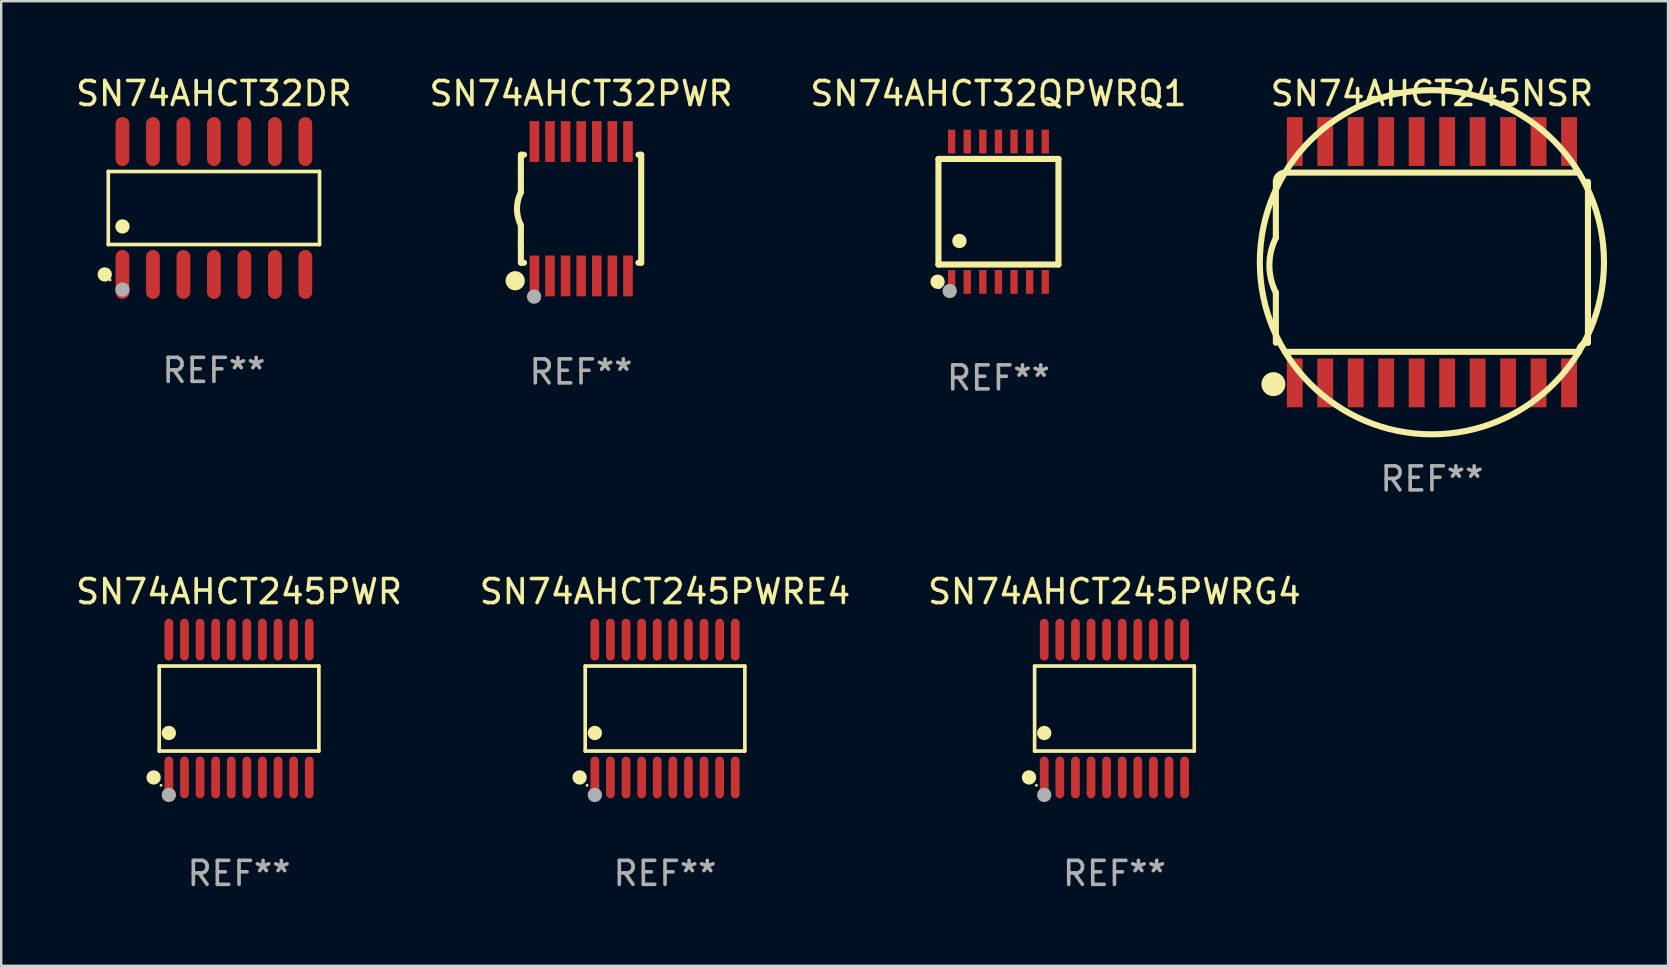
<source format=kicad_pcb>
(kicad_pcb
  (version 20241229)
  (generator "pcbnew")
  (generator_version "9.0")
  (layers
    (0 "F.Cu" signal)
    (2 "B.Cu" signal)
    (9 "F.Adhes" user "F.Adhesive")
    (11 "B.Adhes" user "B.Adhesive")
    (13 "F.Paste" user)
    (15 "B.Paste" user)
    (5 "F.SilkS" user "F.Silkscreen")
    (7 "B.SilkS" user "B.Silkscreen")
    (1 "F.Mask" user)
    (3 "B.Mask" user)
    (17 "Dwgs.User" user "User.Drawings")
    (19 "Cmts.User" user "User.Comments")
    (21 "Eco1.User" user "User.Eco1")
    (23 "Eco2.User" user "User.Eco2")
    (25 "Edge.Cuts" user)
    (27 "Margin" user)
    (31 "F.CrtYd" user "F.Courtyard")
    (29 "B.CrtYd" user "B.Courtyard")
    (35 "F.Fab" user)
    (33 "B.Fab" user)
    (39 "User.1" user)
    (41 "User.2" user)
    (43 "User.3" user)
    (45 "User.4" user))
  (footprint "SN74AHCT245PWR"
    (layer "F.Cu")
    (at 6.911 26.474)
    (property "Reference" "SN74AHCT245PWR" (at 0 -4.871 0) (layer "F.SilkS") (effects (font (size 1 1) (thickness 0.15))))
    (attr through_hole)
    (fp_line (start -3.326 -1.771) (end 3.326 -1.771) (stroke (width 0.152) (type solid)) (layer "F.SilkS"))
    (fp_line (start -3.326 1.771) (end -3.326 -1.771) (stroke (width 0.152) (type solid)) (layer "F.SilkS"))
    (fp_line (start 3.326 -1.771) (end 3.326 1.771) (stroke (width 0.152) (type solid)) (layer "F.SilkS"))
    (fp_line (start 3.326 1.771) (end -3.326 1.771) (stroke (width 0.152) (type solid)) (layer "F.SilkS"))
    (fp_circle (center -3.559 2.871) (end -3.409 2.871) (stroke (width 0.3) (type solid)) (fill no) (layer "F.SilkS"))
    (fp_circle (center -3.25 3.2) (end -3.22 3.2) (stroke (width 0.06) (type solid)) (fill no) (layer "F.SilkS"))
    (fp_circle (center -2.925 1.019) (end -2.775 1.019) (stroke (width 0.3) (type solid)) (fill no) (layer "F.SilkS"))
    (fp_circle (center -2.925 3.6) (end -2.775 3.6) (stroke (width 0.3) (type solid)) (fill no) (layer "F.Fab"))
    (fp_text user "REF**" (at 0 6.871 0) (layer "F.Fab") (effects (font (size 1 1) (thickness 0.15))))
    (pad "1" smd oval (at -2.925 2.871) (size 0.364 1.742) (layers "F.Cu" "F.Mask" "F.Paste"))
    (pad "2" smd oval (at -2.275 2.871) (size 0.364 1.742) (layers "F.Cu" "F.Mask" "F.Paste"))
    (pad "3" smd oval (at -1.625 2.871) (size 0.364 1.742) (layers "F.Cu" "F.Mask" "F.Paste"))
    (pad "4" smd oval (at -0.975 2.871) (size 0.364 1.742) (layers "F.Cu" "F.Mask" "F.Paste"))
    (pad "5" smd oval (at -0.325 2.871) (size 0.364 1.742) (layers "F.Cu" "F.Mask" "F.Paste"))
    (pad "6" smd oval (at 0.325 2.871) (size 0.364 1.742) (layers "F.Cu" "F.Mask" "F.Paste"))
    (pad "7" smd oval (at 0.975 2.871) (size 0.364 1.742) (layers "F.Cu" "F.Mask" "F.Paste"))
    (pad "8" smd oval (at 1.625 2.871) (size 0.364 1.742) (layers "F.Cu" "F.Mask" "F.Paste"))
    (pad "9" smd oval (at 2.275 2.871) (size 0.364 1.742) (layers "F.Cu" "F.Mask" "F.Paste"))
    (pad "10" smd oval (at 2.925 2.871) (size 0.364 1.742) (layers "F.Cu" "F.Mask" "F.Paste"))
    (pad "11" smd oval (at 2.925 -2.871) (size 0.364 1.742) (layers "F.Cu" "F.Mask" "F.Paste"))
    (pad "12" smd oval (at 2.275 -2.871) (size 0.364 1.742) (layers "F.Cu" "F.Mask" "F.Paste"))
    (pad "13" smd oval (at 1.625 -2.871) (size 0.364 1.742) (layers "F.Cu" "F.Mask" "F.Paste"))
    (pad "14" smd oval (at 0.975 -2.871) (size 0.364 1.742) (layers "F.Cu" "F.Mask" "F.Paste"))
    (pad "15" smd oval (at 0.325 -2.871) (size 0.364 1.742) (layers "F.Cu" "F.Mask" "F.Paste"))
    (pad "16" smd oval (at -0.325 -2.871) (size 0.364 1.742) (layers "F.Cu" "F.Mask" "F.Paste"))
    (pad "17" smd oval (at -0.975 -2.871) (size 0.364 1.742) (layers "F.Cu" "F.Mask" "F.Paste"))
    (pad "18" smd oval (at -1.625 -2.871) (size 0.364 1.742) (layers "F.Cu" "F.Mask" "F.Paste"))
    (pad "19" smd oval (at -2.275 -2.871) (size 0.364 1.742) (layers "F.Cu" "F.Mask" "F.Paste"))
    (pad "20" smd oval (at -2.925 -2.871) (size 0.364 1.742) (layers "F.Cu" "F.Mask" "F.Paste")))
  (footprint "SN74AHCT32PWR"
    (layer "F.Cu")
    (at 21.161 5.648)
    (property "Reference" "SN74AHCT32PWR" (at 0 -4.8 0) (layer "F.SilkS") (effects (font (size 1 1) (thickness 0.15))))
    (attr through_hole)
    (fp_line (start -2.507 -1.6) (end -2.507 -2.25) (stroke (width 0.254) (type solid)) (layer "F.SilkS"))
    (fp_line (start -2.507 -0.686) (end -2.507 -1.6) (stroke (width 0.254) (type solid)) (layer "F.SilkS"))
    (fp_line (start -2.507 1.6) (end -2.507 0.686) (stroke (width 0.254) (type solid)) (layer "F.SilkS"))
    (fp_line (start -2.507 1.6) (end -2.507 2.25) (stroke (width 0.254) (type solid)) (layer "F.SilkS"))
    (fp_line (start -2.493 -2.25) (end -2.377 -2.25) (stroke (width 0.254) (type solid)) (layer "F.SilkS"))
    (fp_line (start -2.377 2.25) (end -2.493 2.25) (stroke (width 0.254) (type solid)) (layer "F.SilkS"))
    (fp_line (start 2.392 -2.25) (end 2.507 -2.25) (stroke (width 0.254) (type solid)) (layer "F.SilkS"))
    (fp_line (start 2.507 -2.25) (end 2.507 2.25) (stroke (width 0.254) (type solid)) (layer "F.SilkS"))
    (fp_line (start 2.507 2.25) (end 2.392 2.25) (stroke (width 0.254) (type solid)) (layer "F.SilkS"))
    (fp_arc (start -2.507303 0.685802) (mid -2.669199 0) (end -2.507303 -0.685801) (stroke (width 0.254001) (type solid)) (layer "F.SilkS"))
    (fp_circle (center -2.743 3) (end -2.543 3) (stroke (width 0.4) (type solid)) (fill no) (layer "F.SilkS"))
    (fp_circle (center -2.493 3.2) (end -2.463 3.2) (stroke (width 0.06) (type solid)) (fill no) (layer "F.SilkS"))
    (fp_circle (center -1.957 3.662) (end -1.807 3.662) (stroke (width 0.3) (type solid)) (fill no) (layer "F.Fab"))
    (fp_text user "REF**" (at 0 6.8 0) (layer "F.Fab") (effects (font (size 1 1) (thickness 0.15))))
    (pad "1" smd rect (at -1.943 2.8) (size 0.4 1.7) (layers "F.Cu" "F.Mask" "F.Paste"))
    (pad "2" smd rect (at -1.293 2.8) (size 0.4 1.7) (layers "F.Cu" "F.Mask" "F.Paste"))
    (pad "3" smd rect (at -0.643 2.8) (size 0.4 1.7) (layers "F.Cu" "F.Mask" "F.Paste"))
    (pad "4" smd rect (at 0.007 2.8) (size 0.4 1.7) (layers "F.Cu" "F.Mask" "F.Paste"))
    (pad "5" smd rect (at 0.657 2.8) (size 0.4 1.7) (layers "F.Cu" "F.Mask" "F.Paste"))
    (pad "6" smd rect (at 1.307 2.8) (size 0.4 1.7) (layers "F.Cu" "F.Mask" "F.Paste"))
    (pad "7" smd rect (at 1.957 2.8) (size 0.4 1.7) (layers "F.Cu" "F.Mask" "F.Paste"))
    (pad "8" smd rect (at 1.957 -2.8) (size 0.4 1.7) (layers "F.Cu" "F.Mask" "F.Paste"))
    (pad "9" smd rect (at 1.307 -2.8) (size 0.4 1.7) (layers "F.Cu" "F.Mask" "F.Paste"))
    (pad "10" smd rect (at 0.657 -2.8) (size 0.4 1.7) (layers "F.Cu" "F.Mask" "F.Paste"))
    (pad "11" smd rect (at 0.007 -2.8) (size 0.4 1.7) (layers "F.Cu" "F.Mask" "F.Paste"))
    (pad "12" smd rect (at -0.643 -2.8) (size 0.4 1.7) (layers "F.Cu" "F.Mask" "F.Paste"))
    (pad "13" smd rect (at -1.293 -2.8) (size 0.4 1.7) (layers "F.Cu" "F.Mask" "F.Paste"))
    (pad "14" smd rect (at -1.943 -2.8) (size 0.4 1.7) (layers "F.Cu" "F.Mask" "F.Paste")))
  (footprint "SN74AHCT32DR"
    (layer "F.Cu")
    (at 5.863 5.617)
    (property "Reference" "SN74AHCT32DR" (at 0 -4.769 0) (layer "F.SilkS") (effects (font (size 1 1) (thickness 0.15))))
    (attr through_hole)
    (fp_line (start -4.401 -1.521) (end 4.401 -1.521) (stroke (width 0.152) (type solid)) (layer "F.SilkS"))
    (fp_line (start -4.401 1.521) (end -4.401 -1.521) (stroke (width 0.152) (type solid)) (layer "F.SilkS"))
    (fp_line (start 4.401 -1.521) (end 4.401 1.521) (stroke (width 0.152) (type solid)) (layer "F.SilkS"))
    (fp_line (start 4.401 1.521) (end -4.401 1.521) (stroke (width 0.152) (type solid)) (layer "F.SilkS"))
    (fp_circle (center -4.549 2.769) (end -4.399 2.769) (stroke (width 0.3) (type solid)) (fill no) (layer "F.SilkS"))
    (fp_circle (center -4.325 3) (end -4.295 3) (stroke (width 0.06) (type solid)) (fill no) (layer "F.SilkS"))
    (fp_circle (center -3.81 0.769) (end -3.66 0.769) (stroke (width 0.3) (type solid)) (fill no) (layer "F.SilkS"))
    (fp_circle (center -3.81 3.4) (end -3.66 3.4) (stroke (width 0.3) (type solid)) (fill no) (layer "F.Fab"))
    (fp_text user "REF**" (at 0 6.769 0) (layer "F.Fab") (effects (font (size 1 1) (thickness 0.15))))
    (pad "1" smd oval (at -3.81 2.769) (size 0.574 2.038) (layers "F.Cu" "F.Mask" "F.Paste"))
    (pad "2" smd oval (at -2.54 2.769) (size 0.574 2.038) (layers "F.Cu" "F.Mask" "F.Paste"))
    (pad "3" smd oval (at -1.27 2.769) (size 0.574 2.038) (layers "F.Cu" "F.Mask" "F.Paste"))
    (pad "4" smd oval (at 0 2.769) (size 0.574 2.038) (layers "F.Cu" "F.Mask" "F.Paste"))
    (pad "5" smd oval (at 1.27 2.769) (size 0.574 2.038) (layers "F.Cu" "F.Mask" "F.Paste"))
    (pad "6" smd oval (at 2.54 2.769) (size 0.574 2.038) (layers "F.Cu" "F.Mask" "F.Paste"))
    (pad "7" smd oval (at 3.81 2.769) (size 0.574 2.038) (layers "F.Cu" "F.Mask" "F.Paste"))
    (pad "8" smd oval (at 3.81 -2.769) (size 0.574 2.038) (layers "F.Cu" "F.Mask" "F.Paste"))
    (pad "9" smd oval (at 2.54 -2.769) (size 0.574 2.038) (layers "F.Cu" "F.Mask" "F.Paste"))
    (pad "10" smd oval (at 1.27 -2.769) (size 0.574 2.038) (layers "F.Cu" "F.Mask" "F.Paste"))
    (pad "11" smd oval (at 0 -2.769) (size 0.574 2.038) (layers "F.Cu" "F.Mask" "F.Paste"))
    (pad "12" smd oval (at -1.27 -2.769) (size 0.574 2.038) (layers "F.Cu" "F.Mask" "F.Paste"))
    (pad "13" smd oval (at -2.54 -2.769) (size 0.574 2.038) (layers "F.Cu" "F.Mask" "F.Paste"))
    (pad "14" smd oval (at -3.81 -2.769) (size 0.574 2.038) (layers "F.Cu" "F.Mask" "F.Paste")))
  (footprint "SN74AHCT32QPWRQ1"
    (layer "F.Cu")
    (at 38.554 5.773)
    (property "Reference" "SN74AHCT32QPWRQ1" (at 0 -4.925 0) (layer "F.SilkS") (effects (font (size 1 1) (thickness 0.15))))
    (attr through_hole)
    (fp_line (start -2.5 2.2) (end -2.5 -2.2) (stroke (width 0.254) (type solid)) (layer "F.SilkS"))
    (fp_line (start -2.5 2.2) (end 2.5 2.2) (stroke (width 0.254) (type solid)) (layer "F.SilkS"))
    (fp_line (start 2.5 -2.2) (end -2.5 -2.2) (stroke (width 0.254) (type solid)) (layer "F.SilkS"))
    (fp_line (start 2.5 -2.2) (end 2.5 2.2) (stroke (width 0.254) (type solid)) (layer "F.SilkS"))
    (fp_circle (center -2.536 2.917) (end -2.386 2.917) (stroke (width 0.3) (type solid)) (fill no) (layer "F.SilkS"))
    (fp_circle (center -2.47 3.17) (end -2.44 3.17) (stroke (width 0.06) (type solid)) (fill no) (layer "F.SilkS"))
    (fp_circle (center -1.626 1.219) (end -1.475 1.219) (stroke (width 0.3) (type solid)) (fill no) (layer "F.SilkS"))
    (fp_circle (center -2.032 3.302) (end -1.882 3.302) (stroke (width 0.3) (type solid)) (fill no) (layer "F.Fab"))
    (fp_text user "REF**" (at 0 6.925 0) (layer "F.Fab") (effects (font (size 1 1) (thickness 0.15))))
    (pad "1" smd rect (at -1.95 2.925) (size 0.305 0.991) (layers "F.Cu" "F.Mask" "F.Paste"))
    (pad "2" smd rect (at -1.3 2.925) (size 0.305 0.991) (layers "F.Cu" "F.Mask" "F.Paste"))
    (pad "3" smd rect (at -0.65 2.925) (size 0.305 0.991) (layers "F.Cu" "F.Mask" "F.Paste"))
    (pad "4" smd rect (at 0 2.925) (size 0.305 0.991) (layers "F.Cu" "F.Mask" "F.Paste"))
    (pad "5" smd rect (at 0.65 2.925) (size 0.305 0.991) (layers "F.Cu" "F.Mask" "F.Paste"))
    (pad "6" smd rect (at 1.3 2.925) (size 0.305 0.991) (layers "F.Cu" "F.Mask" "F.Paste"))
    (pad "7" smd rect (at 1.95 2.925) (size 0.305 0.991) (layers "F.Cu" "F.Mask" "F.Paste"))
    (pad "8" smd rect (at 1.95 -2.925) (size 0.305 0.991) (layers "F.Cu" "F.Mask" "F.Paste"))
    (pad "9" smd rect (at 1.3 -2.925) (size 0.305 0.991) (layers "F.Cu" "F.Mask" "F.Paste"))
    (pad "10" smd rect (at 0.65 -2.925) (size 0.305 0.991) (layers "F.Cu" "F.Mask" "F.Paste"))
    (pad "11" smd rect (at 0 -2.925) (size 0.305 0.991) (layers "F.Cu" "F.Mask" "F.Paste"))
    (pad "12" smd rect (at -0.65 -2.925) (size 0.305 0.991) (layers "F.Cu" "F.Mask" "F.Paste"))
    (pad "13" smd rect (at -1.3 -2.925) (size 0.305 0.991) (layers "F.Cu" "F.Mask" "F.Paste"))
    (pad "14" smd rect (at -1.95 -2.925) (size 0.305 0.991) (layers "F.Cu" "F.Mask" "F.Paste")))
  (footprint "SN74AHCT245PWRE4"
    (layer "F.Cu")
    (at 24.661 26.474)
    (property "Reference" "SN74AHCT245PWRE4" (at 0 -4.871 0) (layer "F.SilkS") (effects (font (size 1 1) (thickness 0.15))))
    (attr through_hole)
    (fp_line (start -3.326 -1.771) (end 3.326 -1.771) (stroke (width 0.152) (type solid)) (layer "F.SilkS"))
    (fp_line (start -3.326 1.771) (end -3.326 -1.771) (stroke (width 0.152) (type solid)) (layer "F.SilkS"))
    (fp_line (start 3.326 -1.771) (end 3.326 1.771) (stroke (width 0.152) (type solid)) (layer "F.SilkS"))
    (fp_line (start 3.326 1.771) (end -3.326 1.771) (stroke (width 0.152) (type solid)) (layer "F.SilkS"))
    (fp_circle (center -3.559 2.871) (end -3.409 2.871) (stroke (width 0.3) (type solid)) (fill no) (layer "F.SilkS"))
    (fp_circle (center -3.25 3.2) (end -3.22 3.2) (stroke (width 0.06) (type solid)) (fill no) (layer "F.SilkS"))
    (fp_circle (center -2.925 1.019) (end -2.775 1.019) (stroke (width 0.3) (type solid)) (fill no) (layer "F.SilkS"))
    (fp_circle (center -2.925 3.6) (end -2.775 3.6) (stroke (width 0.3) (type solid)) (fill no) (layer "F.Fab"))
    (fp_text user "REF**" (at 0 6.871 0) (layer "F.Fab") (effects (font (size 1 1) (thickness 0.15))))
    (pad "1" smd oval (at -2.925 2.871) (size 0.364 1.742) (layers "F.Cu" "F.Mask" "F.Paste"))
    (pad "2" smd oval (at -2.275 2.871) (size 0.364 1.742) (layers "F.Cu" "F.Mask" "F.Paste"))
    (pad "3" smd oval (at -1.625 2.871) (size 0.364 1.742) (layers "F.Cu" "F.Mask" "F.Paste"))
    (pad "4" smd oval (at -0.975 2.871) (size 0.364 1.742) (layers "F.Cu" "F.Mask" "F.Paste"))
    (pad "5" smd oval (at -0.325 2.871) (size 0.364 1.742) (layers "F.Cu" "F.Mask" "F.Paste"))
    (pad "6" smd oval (at 0.325 2.871) (size 0.364 1.742) (layers "F.Cu" "F.Mask" "F.Paste"))
    (pad "7" smd oval (at 0.975 2.871) (size 0.364 1.742) (layers "F.Cu" "F.Mask" "F.Paste"))
    (pad "8" smd oval (at 1.625 2.871) (size 0.364 1.742) (layers "F.Cu" "F.Mask" "F.Paste"))
    (pad "9" smd oval (at 2.275 2.871) (size 0.364 1.742) (layers "F.Cu" "F.Mask" "F.Paste"))
    (pad "10" smd oval (at 2.925 2.871) (size 0.364 1.742) (layers "F.Cu" "F.Mask" "F.Paste"))
    (pad "11" smd oval (at 2.925 -2.871) (size 0.364 1.742) (layers "F.Cu" "F.Mask" "F.Paste"))
    (pad "12" smd oval (at 2.275 -2.871) (size 0.364 1.742) (layers "F.Cu" "F.Mask" "F.Paste"))
    (pad "13" smd oval (at 1.625 -2.871) (size 0.364 1.742) (layers "F.Cu" "F.Mask" "F.Paste"))
    (pad "14" smd oval (at 0.975 -2.871) (size 0.364 1.742) (layers "F.Cu" "F.Mask" "F.Paste"))
    (pad "15" smd oval (at 0.325 -2.871) (size 0.364 1.742) (layers "F.Cu" "F.Mask" "F.Paste"))
    (pad "16" smd oval (at -0.325 -2.871) (size 0.364 1.742) (layers "F.Cu" "F.Mask" "F.Paste"))
    (pad "17" smd oval (at -0.975 -2.871) (size 0.364 1.742) (layers "F.Cu" "F.Mask" "F.Paste"))
    (pad "18" smd oval (at -1.625 -2.871) (size 0.364 1.742) (layers "F.Cu" "F.Mask" "F.Paste"))
    (pad "19" smd oval (at -2.275 -2.871) (size 0.364 1.742) (layers "F.Cu" "F.Mask" "F.Paste"))
    (pad "20" smd oval (at -2.925 -2.871) (size 0.364 1.742) (layers "F.Cu" "F.Mask" "F.Paste")))
  (footprint "SN74AHCT245PWRG4"
    (layer "F.Cu")
    (at 43.387 26.474)
    (property "Reference" "SN74AHCT245PWRG4" (at 0 -4.871 0) (layer "F.SilkS") (effects (font (size 1 1) (thickness 0.15))))
    (attr through_hole)
    (fp_line (start -3.326 -1.771) (end 3.326 -1.771) (stroke (width 0.152) (type solid)) (layer "F.SilkS"))
    (fp_line (start -3.326 1.771) (end -3.326 -1.771) (stroke (width 0.152) (type solid)) (layer "F.SilkS"))
    (fp_line (start 3.326 -1.771) (end 3.326 1.771) (stroke (width 0.152) (type solid)) (layer "F.SilkS"))
    (fp_line (start 3.326 1.771) (end -3.326 1.771) (stroke (width 0.152) (type solid)) (layer "F.SilkS"))
    (fp_circle (center -3.559 2.871) (end -3.409 2.871) (stroke (width 0.3) (type solid)) (fill no) (layer "F.SilkS"))
    (fp_circle (center -3.25 3.2) (end -3.22 3.2) (stroke (width 0.06) (type solid)) (fill no) (layer "F.SilkS"))
    (fp_circle (center -2.925 1.019) (end -2.775 1.019) (stroke (width 0.3) (type solid)) (fill no) (layer "F.SilkS"))
    (fp_circle (center -2.925 3.6) (end -2.775 3.6) (stroke (width 0.3) (type solid)) (fill no) (layer "F.Fab"))
    (fp_text user "REF**" (at 0 6.871 0) (layer "F.Fab") (effects (font (size 1 1) (thickness 0.15))))
    (pad "1" smd oval (at -2.925 2.871) (size 0.364 1.742) (layers "F.Cu" "F.Mask" "F.Paste"))
    (pad "2" smd oval (at -2.275 2.871) (size 0.364 1.742) (layers "F.Cu" "F.Mask" "F.Paste"))
    (pad "3" smd oval (at -1.625 2.871) (size 0.364 1.742) (layers "F.Cu" "F.Mask" "F.Paste"))
    (pad "4" smd oval (at -0.975 2.871) (size 0.364 1.742) (layers "F.Cu" "F.Mask" "F.Paste"))
    (pad "5" smd oval (at -0.325 2.871) (size 0.364 1.742) (layers "F.Cu" "F.Mask" "F.Paste"))
    (pad "6" smd oval (at 0.325 2.871) (size 0.364 1.742) (layers "F.Cu" "F.Mask" "F.Paste"))
    (pad "7" smd oval (at 0.975 2.871) (size 0.364 1.742) (layers "F.Cu" "F.Mask" "F.Paste"))
    (pad "8" smd oval (at 1.625 2.871) (size 0.364 1.742) (layers "F.Cu" "F.Mask" "F.Paste"))
    (pad "9" smd oval (at 2.275 2.871) (size 0.364 1.742) (layers "F.Cu" "F.Mask" "F.Paste"))
    (pad "10" smd oval (at 2.925 2.871) (size 0.364 1.742) (layers "F.Cu" "F.Mask" "F.Paste"))
    (pad "11" smd oval (at 2.925 -2.871) (size 0.364 1.742) (layers "F.Cu" "F.Mask" "F.Paste"))
    (pad "12" smd oval (at 2.275 -2.871) (size 0.364 1.742) (layers "F.Cu" "F.Mask" "F.Paste"))
    (pad "13" smd oval (at 1.625 -2.871) (size 0.364 1.742) (layers "F.Cu" "F.Mask" "F.Paste"))
    (pad "14" smd oval (at 0.975 -2.871) (size 0.364 1.742) (layers "F.Cu" "F.Mask" "F.Paste"))
    (pad "15" smd oval (at 0.325 -2.871) (size 0.364 1.742) (layers "F.Cu" "F.Mask" "F.Paste"))
    (pad "16" smd oval (at -0.325 -2.871) (size 0.364 1.742) (layers "F.Cu" "F.Mask" "F.Paste"))
    (pad "17" smd oval (at -0.975 -2.871) (size 0.364 1.742) (layers "F.Cu" "F.Mask" "F.Paste"))
    (pad "18" smd oval (at -1.625 -2.871) (size 0.364 1.742) (layers "F.Cu" "F.Mask" "F.Paste"))
    (pad "19" smd oval (at -2.275 -2.871) (size 0.364 1.742) (layers "F.Cu" "F.Mask" "F.Paste"))
    (pad "20" smd oval (at -2.925 -2.871) (size 0.364 1.742) (layers "F.Cu" "F.Mask" "F.Paste")))
  (footprint "SN74AHCT245NSR"
    (layer "F.Cu")
    (at 56.616 7.877)
    (property "Reference" "SN74AHCT245NSR" (at 0 -7.029 0) (layer "F.SilkS") (effects (font (size 1 1) (thickness 0.15))))
    (attr through_hole)
    (fp_line (start -6.502 -3.353) (end -6.502 -1.016) (stroke (width 0.254) (type solid)) (layer "F.SilkS"))
    (fp_line (start -6.502 3.353) (end -6.502 1.27) (stroke (width 0.254) (type solid)) (layer "F.SilkS"))
    (fp_line (start -6.121 3.734) (end 6.121 3.734) (stroke (width 0.254) (type solid)) (layer "F.SilkS"))
    (fp_line (start 6.121 -3.734) (end -6.121 -3.734) (stroke (width 0.254) (type solid)) (layer "F.SilkS"))
    (fp_line (start 6.502 3.353) (end 6.502 -3.353) (stroke (width 0.254) (type solid)) (layer "F.SilkS"))
    (fp_arc (start -6.502413 -3.352781) (mid -6.390821 -3.622189) (end -6.121413 -3.733782) (stroke (width 0.254001) (type solid)) (layer "F.SilkS"))
    (fp_arc (start -6.502413 1.270003) (mid -6.77224 0.127) (end -6.502413 -1.016002) (stroke (width 0.254001) (type solid)) (layer "F.SilkS"))
    (fp_arc (start 6.121387 -3.733782) (mid -6.121409 3.733804) (end 6.121387 -3.733782) (stroke (width 0.254001) (type solid)) (layer "F.SilkS"))
    (fp_arc (start 6.121387 3.733807) (mid 6.23298 3.464399) (end 6.502388 3.352807) (stroke (width 0.254001) (type solid)) (layer "F.SilkS"))
    (fp_circle (center -6.604 5.08) (end -6.354 5.08) (stroke (width 0.5) (type solid)) (fill no) (layer "F.SilkS"))
    (fp_circle (center -6.4 5.15) (end -6.3 5.15) (stroke (width 0.2) (type solid)) (fill no) (layer "F.SilkS"))
    (fp_text user "REF**" (at 0 9.029 0) (layer "F.Fab") (effects (font (size 1 1) (thickness 0.15))))
    (pad "1" smd rect (at -5.715 5.029) (size 0.66 2.032) (layers "F.Cu" "F.Mask" "F.Paste"))
    (pad "2" smd rect (at -4.445 5.029) (size 0.66 2.032) (layers "F.Cu" "F.Mask" "F.Paste"))
    (pad "3" smd rect (at -3.175 5.029) (size 0.66 2.032) (layers "F.Cu" "F.Mask" "F.Paste"))
    (pad "4" smd rect (at -1.905 5.029) (size 0.66 2.032) (layers "F.Cu" "F.Mask" "F.Paste"))
    (pad "5" smd rect (at -0.635 5.029) (size 0.66 2.032) (layers "F.Cu" "F.Mask" "F.Paste"))
    (pad "6" smd rect (at 0.635 5.029) (size 0.66 2.032) (layers "F.Cu" "F.Mask" "F.Paste"))
    (pad "7" smd rect (at 1.905 5.029) (size 0.66 2.032) (layers "F.Cu" "F.Mask" "F.Paste"))
    (pad "8" smd rect (at 3.175 5.029) (size 0.66 2.032) (layers "F.Cu" "F.Mask" "F.Paste"))
    (pad "9" smd rect (at 4.445 5.029) (size 0.66 2.032) (layers "F.Cu" "F.Mask" "F.Paste"))
    (pad "10" smd rect (at 5.715 5.029) (size 0.66 2.032) (layers "F.Cu" "F.Mask" "F.Paste"))
    (pad "11" smd rect (at 5.715 -5.029) (size 0.66 2.032) (layers "F.Cu" "F.Mask" "F.Paste"))
    (pad "12" smd rect (at 4.445 -5.029) (size 0.66 2.032) (layers "F.Cu" "F.Mask" "F.Paste"))
    (pad "13" smd rect (at 3.175 -5.029) (size 0.66 2.032) (layers "F.Cu" "F.Mask" "F.Paste"))
    (pad "14" smd rect (at 1.905 -5.029) (size 0.66 2.032) (layers "F.Cu" "F.Mask" "F.Paste"))
    (pad "15" smd rect (at 0.635 -5.029) (size 0.66 2.032) (layers "F.Cu" "F.Mask" "F.Paste"))
    (pad "16" smd rect (at -0.635 -5.029) (size 0.66 2.032) (layers "F.Cu" "F.Mask" "F.Paste"))
    (pad "17" smd rect (at -1.905 -5.029) (size 0.66 2.032) (layers "F.Cu" "F.Mask" "F.Paste"))
    (pad "18" smd rect (at -3.175 -5.029) (size 0.66 2.032) (layers "F.Cu" "F.Mask" "F.Paste"))
    (pad "19" smd rect (at -4.445 -5.029) (size 0.66 2.032) (layers "F.Cu" "F.Mask" "F.Paste"))
    (pad "20" smd rect (at -5.715 -5.029) (size 0.66 2.032) (layers "F.Cu" "F.Mask" "F.Paste")))
  (gr_rect
    (start -3 -3)
    (end 66.455 37.193)
    (stroke (width 0.1) (type default))
    (fill no)
    (layer "Edge.Cuts")))
</source>
